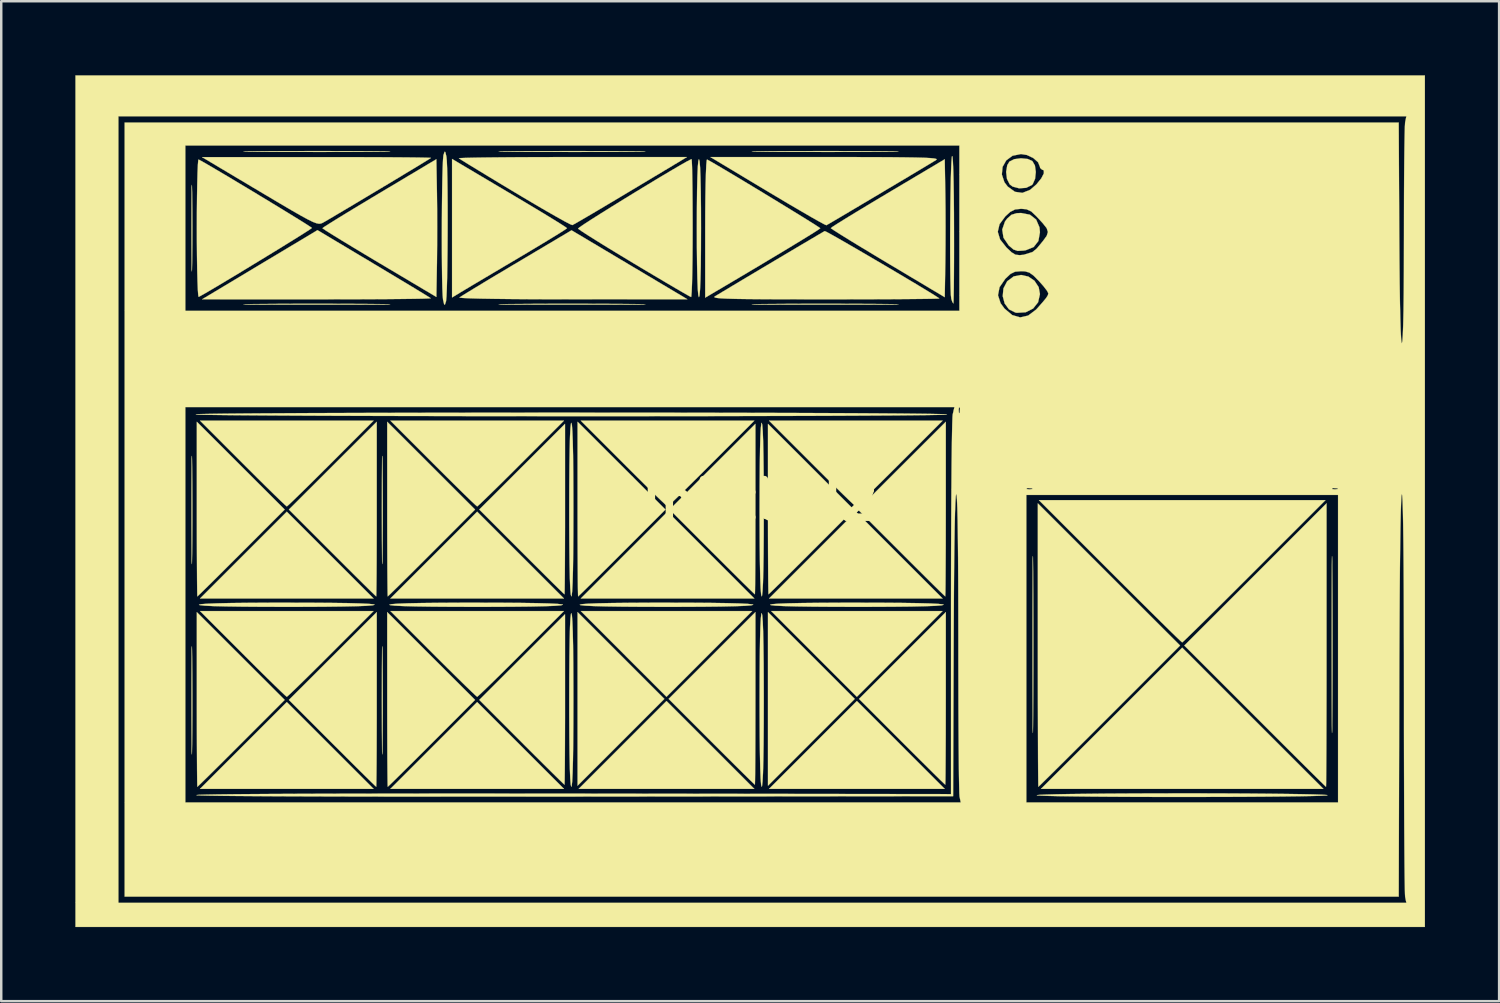
<source format=kicad_pcb>
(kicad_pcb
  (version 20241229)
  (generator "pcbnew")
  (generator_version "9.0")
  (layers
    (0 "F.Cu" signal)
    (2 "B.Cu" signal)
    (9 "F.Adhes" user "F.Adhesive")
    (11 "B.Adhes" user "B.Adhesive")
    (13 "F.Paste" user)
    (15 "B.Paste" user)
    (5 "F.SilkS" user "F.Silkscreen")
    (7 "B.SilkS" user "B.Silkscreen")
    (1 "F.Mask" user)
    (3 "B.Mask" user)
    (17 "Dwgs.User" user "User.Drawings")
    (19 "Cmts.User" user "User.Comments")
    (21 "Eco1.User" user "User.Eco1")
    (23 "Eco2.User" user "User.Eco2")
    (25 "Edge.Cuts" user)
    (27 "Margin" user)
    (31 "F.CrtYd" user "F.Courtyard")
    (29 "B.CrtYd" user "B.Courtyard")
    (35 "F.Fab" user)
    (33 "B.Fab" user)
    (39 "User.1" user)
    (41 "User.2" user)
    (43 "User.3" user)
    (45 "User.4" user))
  (footprint "Untitled2"
    (layer "F.Cu")
    (at 27.268 17.192)
    (property "Reference" "Untitled2" (at 0 0 0) (layer "F.SilkS") (effects (font (size 1.524 1.524) (thickness 0.3))))
    (attr through_hole)
    (fp_poly (pts (xy -15.198 3.979) (xy -22.224 3.979) (xy -20.468 2.223) (xy -18.711 0.466) (xy -15.198 3.979)) (stroke (width 0.01) (type solid)) (fill yes) (layer "F.SilkS"))
    (fp_poly (pts (xy -9.25 9.927) (xy -7.494 11.684) (xy -14.52 11.684) (xy -11.007 8.171) (xy -9.25 9.927)) (stroke (width 0.01) (type solid)) (fill yes) (layer "F.SilkS"))
    (fp_poly (pts (xy -7.494 3.979) (xy -14.52 3.979) (xy -12.763 2.223) (xy -11.007 0.466) (xy -7.494 3.979)) (stroke (width 0.01) (type solid)) (fill yes) (layer "F.SilkS"))
    (fp_poly (pts (xy -3.43 8.043) (xy -5.186 9.8) (xy -6.943 11.556) (xy -6.943 4.53) (xy -3.43 8.043)) (stroke (width 0.01) (type solid)) (fill yes) (layer "F.SilkS"))
    (fp_poly (pts (xy -1.545 2.223) (xy 0.211 3.979) (xy -6.815 3.979) (xy -3.302 0.466) (xy -1.545 2.223)) (stroke (width 0.01) (type solid)) (fill yes) (layer "F.SilkS"))
    (fp_poly (pts (xy 6.075 2.223) (xy 7.831 3.979) (xy 0.805 3.979) (xy 4.318 0.466) (xy 6.075 2.223)) (stroke (width 0.01) (type solid)) (fill yes) (layer "F.SilkS"))
    (fp_poly (pts (xy -16.955 9.927) (xy -15.198 11.684) (xy -22.224 11.684) (xy -20.468 9.927) (xy -18.711 8.171) (xy -16.955 9.927)) (stroke (width 0.01) (type solid)) (fill yes) (layer "F.SilkS"))
    (fp_poly (pts (xy 2.519 6.287) (xy 4.275 8.043) (xy 2.519 9.8) (xy 0.762 11.556) (xy 0.762 4.53) (xy 2.519 6.287)) (stroke (width 0.01) (type solid)) (fill yes) (layer "F.SilkS"))
    (fp_poly (pts (xy 20.383 8.827) (xy 23.241 11.684) (xy 11.811 11.684) (xy 14.669 8.827) (xy 17.526 5.969) (xy 20.383 8.827)) (stroke (width 0.01) (type solid)) (fill yes) (layer "F.SilkS"))
    (fp_poly (pts (xy -16.933 -1.482) (xy -17.377 -1.039) (xy -17.782 -0.638) (xy -18.132 -0.294) (xy -18.413 -0.021) (xy -18.609 0.166) (xy -18.705 0.25) (xy -18.711 0.254) (xy -18.78 0.196) (xy -18.953 0.034) (xy -19.214 -0.219) (xy -19.549 -0.547) (xy -19.942 -0.936) (xy -20.377 -1.37) (xy -20.489 -1.482) (xy -22.223 -3.217) (xy -15.199 -3.217) (xy -16.933 -1.482)) (stroke (width 0.01) (type solid)) (fill yes) (layer "F.SilkS"))
    (fp_poly (pts (xy -16.933 6.223) (xy -17.377 6.666) (xy -17.782 7.067) (xy -18.132 7.411) (xy -18.413 7.684) (xy -18.609 7.87) (xy -18.705 7.955) (xy -18.711 7.959) (xy -18.78 7.901) (xy -18.953 7.738) (xy -19.214 7.485) (xy -19.549 7.157) (xy -19.942 6.769) (xy -20.377 6.335) (xy -20.489 6.223) (xy -22.223 4.487) (xy -15.199 4.487) (xy -16.933 6.223)) (stroke (width 0.01) (type solid)) (fill yes) (layer "F.SilkS"))
    (fp_poly (pts (xy -9.229 -1.482) (xy -9.672 -1.039) (xy -10.077 -0.638) (xy -10.428 -0.294) (xy -10.709 -0.021) (xy -10.905 0.166) (xy -11 0.25) (xy -11.007 0.254) (xy -11.075 0.196) (xy -11.248 0.034) (xy -11.51 -0.219) (xy -11.844 -0.547) (xy -12.237 -0.936) (xy -12.673 -1.37) (xy -12.785 -1.482) (xy -14.519 -3.217) (xy -7.495 -3.217) (xy -9.229 -1.482)) (stroke (width 0.01) (type solid)) (fill yes) (layer "F.SilkS"))
    (fp_poly (pts (xy -9.229 6.223) (xy -9.672 6.666) (xy -10.077 7.067) (xy -10.428 7.411) (xy -10.709 7.684) (xy -10.905 7.87) (xy -11 7.955) (xy -11.007 7.959) (xy -11.075 7.901) (xy -11.248 7.738) (xy -11.51 7.485) (xy -11.844 7.157) (xy -12.237 6.769) (xy -12.673 6.335) (xy -12.785 6.223) (xy -14.519 4.487) (xy -7.495 4.487) (xy -9.229 6.223)) (stroke (width 0.01) (type solid)) (fill yes) (layer "F.SilkS"))
    (fp_poly (pts (xy -3.287 8.185) (xy -3.124 8.348) (xy -2.871 8.601) (xy -2.542 8.929) (xy -2.153 9.319) (xy -1.718 9.754) (xy -1.566 9.906) (xy 0.21 11.684) (xy -6.899 11.684) (xy -5.122 9.906) (xy -4.675 9.458) (xy -4.269 9.052) (xy -3.919 8.702) (xy -3.639 8.422) (xy -3.445 8.228) (xy -3.351 8.134) (xy -3.344 8.128) (xy -3.287 8.185)) (stroke (width 0.01) (type solid)) (fill yes) (layer "F.SilkS"))
    (fp_poly (pts (xy -1.609 6.223) (xy -2.05 6.665) (xy -2.451 7.066) (xy -2.795 7.41) (xy -3.068 7.683) (xy -3.255 7.869) (xy -3.34 7.955) (xy -3.344 7.959) (xy -3.402 7.901) (xy -3.565 7.739) (xy -3.817 7.487) (xy -4.144 7.159) (xy -4.532 6.772) (xy -4.965 6.339) (xy -5.08 6.223) (xy -6.814 4.487) (xy 0.125 4.487) (xy -1.609 6.223)) (stroke (width 0.01) (type solid)) (fill yes) (layer "F.SilkS"))
    (fp_poly (pts (xy -1.524 -1.482) (xy -1.968 -1.039) (xy -2.373 -0.638) (xy -2.723 -0.294) (xy -3.004 -0.021) (xy -3.2 0.166) (xy -3.296 0.25) (xy -3.302 0.254) (xy -3.371 0.196) (xy -3.543 0.034) (xy -3.805 -0.219) (xy -4.14 -0.547) (xy -4.533 -0.936) (xy -4.968 -1.37) (xy -5.08 -1.482) (xy -6.814 -3.217) (xy 0.21 -3.217) (xy -1.524 -1.482)) (stroke (width 0.01) (type solid)) (fill yes) (layer "F.SilkS"))
    (fp_poly (pts (xy 4.418 8.185) (xy 4.581 8.348) (xy 4.834 8.601) (xy 5.162 8.929) (xy 5.552 9.319) (xy 5.987 9.754) (xy 6.138 9.906) (xy 7.915 11.684) (xy 0.806 11.684) (xy 2.582 9.906) (xy 3.03 9.458) (xy 3.436 9.052) (xy 3.786 8.702) (xy 4.066 8.422) (xy 4.26 8.228) (xy 4.354 8.134) (xy 4.36 8.128) (xy 4.418 8.185)) (stroke (width 0.01) (type solid)) (fill yes) (layer "F.SilkS"))
    (fp_poly (pts (xy 6.096 -1.482) (xy 5.652 -1.039) (xy 5.247 -0.638) (xy 4.897 -0.294) (xy 4.616 -0.021) (xy 4.42 0.166) (xy 4.324 0.25) (xy 4.318 0.254) (xy 4.249 0.196) (xy 4.077 0.034) (xy 3.815 -0.219) (xy 3.48 -0.547) (xy 3.087 -0.936) (xy 2.652 -1.37) (xy 2.54 -1.482) (xy 0.806 -3.217) (xy 7.83 -3.217) (xy 6.096 -1.482)) (stroke (width 0.01) (type solid)) (fill yes) (layer "F.SilkS"))
    (fp_poly (pts (xy 6.096 6.223) (xy 5.654 6.665) (xy 5.254 7.066) (xy 4.91 7.41) (xy 4.637 7.683) (xy 4.45 7.869) (xy 4.364 7.955) (xy 4.36 7.959) (xy 4.303 7.901) (xy 4.14 7.739) (xy 3.888 7.487) (xy 3.56 7.159) (xy 3.173 6.772) (xy 2.74 6.339) (xy 2.625 6.223) (xy 0.891 4.487) (xy 7.83 4.487) (xy 6.096 6.223)) (stroke (width 0.01) (type solid)) (fill yes) (layer "F.SilkS"))
    (fp_poly (pts (xy 11.277 -13.808) (xy 11.462 -13.725) (xy 11.566 -13.545) (xy 11.602 -13.281) (xy 11.572 -13.006) (xy 11.477 -12.79) (xy 11.444 -12.755) (xy 11.213 -12.641) (xy 10.927 -12.621) (xy 10.663 -12.692) (xy 10.546 -12.78) (xy 10.435 -13.001) (xy 10.401 -13.285) (xy 10.446 -13.555) (xy 10.534 -13.703) (xy 10.728 -13.8) (xy 11.002 -13.836) (xy 11.277 -13.808)) (stroke (width 0.01) (type solid)) (fill yes) (layer "F.SilkS"))
    (fp_poly (pts (xy 11.298 -9.05) (xy 11.548 -8.88) (xy 11.718 -8.62) (xy 11.769 -8.34) (xy 11.694 -8.008) (xy 11.492 -7.755) (xy 11.195 -7.605) (xy 10.838 -7.583) (xy 10.776 -7.593) (xy 10.517 -7.722) (xy 10.342 -7.958) (xy 10.263 -8.256) (xy 10.292 -8.57) (xy 10.44 -8.854) (xy 10.447 -8.862) (xy 10.708 -9.056) (xy 11.005 -9.114) (xy 11.298 -9.05)) (stroke (width 0.01) (type solid)) (fill yes) (layer "F.SilkS"))
    (fp_poly (pts (xy -7.451 8.065) (xy -7.451 8.811) (xy -7.453 9.501) (xy -7.455 10.118) (xy -7.458 10.645) (xy -7.462 11.062) (xy -7.466 11.353) (xy -7.471 11.5) (xy -7.473 11.515) (xy -7.536 11.457) (xy -7.703 11.295) (xy -7.96 11.042) (xy -8.29 10.715) (xy -8.679 10.328) (xy -9.112 9.896) (xy -9.208 9.799) (xy -10.922 8.084) (xy -7.451 4.616) (xy -7.451 8.065)) (stroke (width 0.01) (type solid)) (fill yes) (layer "F.SilkS"))
    (fp_poly (pts (xy -20.574 -1.397) (xy -18.796 0.38) (xy -20.552 2.137) (xy -20.998 2.582) (xy -21.403 2.986) (xy -21.753 3.334) (xy -22.034 3.61) (xy -22.229 3.8) (xy -22.323 3.89) (xy -22.33 3.895) (xy -22.335 3.813) (xy -22.339 3.579) (xy -22.343 3.212) (xy -22.346 2.727) (xy -22.349 2.144) (xy -22.351 1.478) (xy -22.352 0.749) (xy -22.352 0.361) (xy -22.352 -3.173) (xy -20.574 -1.397)) (stroke (width 0.01) (type solid)) (fill yes) (layer "F.SilkS"))
    (fp_poly (pts (xy -20.574 6.308) (xy -18.796 8.084) (xy -20.552 9.842) (xy -20.998 10.287) (xy -21.403 10.691) (xy -21.753 11.038) (xy -22.034 11.315) (xy -22.229 11.505) (xy -22.323 11.594) (xy -22.33 11.599) (xy -22.335 11.518) (xy -22.339 11.284) (xy -22.343 10.916) (xy -22.346 10.432) (xy -22.349 9.848) (xy -22.351 9.183) (xy -22.352 8.454) (xy -22.352 8.065) (xy -22.352 4.531) (xy -20.574 6.308)) (stroke (width 0.01) (type solid)) (fill yes) (layer "F.SilkS"))
    (fp_poly (pts (xy -15.071 0.361) (xy -15.071 1.116) (xy -15.073 1.816) (xy -15.075 2.443) (xy -15.078 2.98) (xy -15.082 3.409) (xy -15.086 3.712) (xy -15.09 3.873) (xy -15.093 3.895) (xy -15.156 3.837) (xy -15.323 3.675) (xy -15.58 3.422) (xy -15.912 3.093) (xy -16.303 2.704) (xy -16.738 2.269) (xy -16.871 2.137) (xy -18.627 0.38) (xy -16.849 -1.397) (xy -15.071 -3.173) (xy -15.071 0.361)) (stroke (width 0.01) (type solid)) (fill yes) (layer "F.SilkS"))
    (fp_poly (pts (xy -15.071 8.065) (xy -15.071 8.82) (xy -15.073 9.52) (xy -15.075 10.147) (xy -15.078 10.684) (xy -15.082 11.113) (xy -15.086 11.417) (xy -15.09 11.578) (xy -15.093 11.599) (xy -15.156 11.542) (xy -15.323 11.379) (xy -15.58 11.126) (xy -15.912 10.798) (xy -16.303 10.409) (xy -16.738 9.974) (xy -16.871 9.842) (xy -18.627 8.084) (xy -16.849 6.308) (xy -15.071 4.531) (xy -15.071 8.065)) (stroke (width 0.01) (type solid)) (fill yes) (layer "F.SilkS"))
    (fp_poly (pts (xy -12.869 -1.397) (xy -11.091 0.38) (xy -12.847 2.137) (xy -13.293 2.582) (xy -13.698 2.986) (xy -14.049 3.334) (xy -14.329 3.61) (xy -14.524 3.8) (xy -14.619 3.89) (xy -14.625 3.895) (xy -14.63 3.813) (xy -14.634 3.579) (xy -14.638 3.212) (xy -14.642 2.727) (xy -14.644 2.144) (xy -14.646 1.478) (xy -14.647 0.749) (xy -14.647 0.361) (xy -14.647 -3.173) (xy -12.869 -1.397)) (stroke (width 0.01) (type solid)) (fill yes) (layer "F.SilkS"))
    (fp_poly (pts (xy -12.869 6.308) (xy -11.091 8.084) (xy -12.847 9.842) (xy -13.293 10.287) (xy -13.698 10.691) (xy -14.049 11.038) (xy -14.329 11.315) (xy -14.524 11.505) (xy -14.619 11.594) (xy -14.625 11.599) (xy -14.63 11.518) (xy -14.634 11.284) (xy -14.638 10.916) (xy -14.642 10.432) (xy -14.644 9.848) (xy -14.646 9.183) (xy -14.647 8.454) (xy -14.647 8.065) (xy -14.647 4.531) (xy -12.869 6.308)) (stroke (width 0.01) (type solid)) (fill yes) (layer "F.SilkS"))
    (fp_poly (pts (xy -7.451 0.361) (xy -7.451 1.106) (xy -7.453 1.797) (xy -7.455 2.414) (xy -7.458 2.94) (xy -7.462 3.357) (xy -7.466 3.649) (xy -7.471 3.796) (xy -7.473 3.81) (xy -7.536 3.753) (xy -7.703 3.59) (xy -7.96 3.338) (xy -8.29 3.01) (xy -8.679 2.623) (xy -9.112 2.191) (xy -9.208 2.095) (xy -10.922 0.379) (xy -9.186 -1.355) (xy -7.451 -3.089) (xy -7.451 0.361)) (stroke (width 0.01) (type solid)) (fill yes) (layer "F.SilkS"))
    (fp_poly (pts (xy -5.165 -1.397) (xy -3.387 0.38) (xy -5.143 2.137) (xy -5.588 2.582) (xy -5.994 2.986) (xy -6.344 3.334) (xy -6.624 3.61) (xy -6.819 3.8) (xy -6.914 3.89) (xy -6.921 3.895) (xy -6.925 3.813) (xy -6.93 3.579) (xy -6.934 3.212) (xy -6.937 2.727) (xy -6.94 2.144) (xy -6.942 1.478) (xy -6.943 0.749) (xy -6.943 0.361) (xy -6.943 -3.173) (xy -5.165 -1.397)) (stroke (width 0.01) (type solid)) (fill yes) (layer "F.SilkS"))
    (fp_poly (pts (xy 0.254 0.361) (xy 0.253 1.106) (xy 0.252 1.797) (xy 0.25 2.414) (xy 0.247 2.94) (xy 0.243 3.357) (xy 0.239 3.649) (xy 0.234 3.796) (xy 0.232 3.81) (xy 0.169 3.753) (xy 0.002 3.59) (xy -0.255 3.338) (xy -0.585 3.01) (xy -0.974 2.623) (xy -1.407 2.191) (xy -1.504 2.095) (xy -3.217 0.379) (xy -1.482 -1.355) (xy 0.254 -3.089) (xy 0.254 0.361)) (stroke (width 0.01) (type solid)) (fill yes) (layer "F.SilkS"))
    (fp_poly (pts (xy 0.254 8.022) (xy 0.253 8.773) (xy 0.252 9.468) (xy 0.25 10.09) (xy 0.247 10.622) (xy 0.243 11.045) (xy 0.239 11.343) (xy 0.234 11.497) (xy 0.232 11.515) (xy 0.169 11.457) (xy 0.002 11.295) (xy -0.255 11.042) (xy -0.586 10.714) (xy -0.976 10.326) (xy -1.41 9.893) (xy -1.524 9.779) (xy -3.259 8.043) (xy -1.502 6.286) (xy 0.254 4.53) (xy 0.254 8.022)) (stroke (width 0.01) (type solid)) (fill yes) (layer "F.SilkS"))
    (fp_poly (pts (xy 2.498 -1.355) (xy 4.233 0.379) (xy 2.52 2.095) (xy 2.08 2.534) (xy 1.68 2.932) (xy 1.336 3.274) (xy 1.062 3.543) (xy 0.874 3.726) (xy 0.788 3.807) (xy 0.784 3.81) (xy 0.779 3.728) (xy 0.775 3.495) (xy 0.771 3.128) (xy 0.768 2.645) (xy 0.765 2.063) (xy 0.763 1.401) (xy 0.762 0.677) (xy 0.762 0.361) (xy 0.762 -3.089) (xy 2.498 -1.355)) (stroke (width 0.01) (type solid)) (fill yes) (layer "F.SilkS"))
    (fp_poly (pts (xy 7.959 0.361) (xy 7.958 1.116) (xy 7.957 1.816) (xy 7.954 2.443) (xy 7.951 2.98) (xy 7.948 3.409) (xy 7.944 3.712) (xy 7.939 3.873) (xy 7.937 3.895) (xy 7.874 3.837) (xy 7.706 3.675) (xy 7.449 3.422) (xy 7.118 3.093) (xy 6.727 2.704) (xy 6.291 2.269) (xy 6.159 2.137) (xy 4.403 0.38) (xy 6.181 -1.397) (xy 7.959 -3.173) (xy 7.959 0.361)) (stroke (width 0.01) (type solid)) (fill yes) (layer "F.SilkS"))
    (fp_poly (pts (xy 7.959 8.022) (xy 7.958 8.773) (xy 7.957 9.468) (xy 7.954 10.09) (xy 7.951 10.622) (xy 7.948 11.045) (xy 7.944 11.343) (xy 7.939 11.497) (xy 7.937 11.515) (xy 7.874 11.457) (xy 7.706 11.295) (xy 7.449 11.042) (xy 7.119 10.714) (xy 6.728 10.326) (xy 6.294 9.893) (xy 6.18 9.779) (xy 4.446 8.043) (xy 6.202 6.286) (xy 7.959 4.53) (xy 7.959 8.022)) (stroke (width 0.01) (type solid)) (fill yes) (layer "F.SilkS"))
    (fp_poly (pts (xy 11.364 -11.553) (xy 11.616 -11.356) (xy 11.75 -11.043) (xy 11.769 -10.842) (xy 11.706 -10.488) (xy 11.518 -10.247) (xy 11.2 -10.116) (xy 11.116 -10.102) (xy 10.87 -10.087) (xy 10.697 -10.145) (xy 10.509 -10.306) (xy 10.503 -10.312) (xy 10.294 -10.621) (xy 10.243 -10.952) (xy 10.354 -11.276) (xy 10.441 -11.394) (xy 10.616 -11.55) (xy 10.829 -11.614) (xy 11.007 -11.622) (xy 11.364 -11.553)) (stroke (width 0.01) (type solid)) (fill yes) (layer "F.SilkS"))
    (fp_poly (pts (xy -15.2 -9.572) (xy -14.639 -9.236) (xy -14.126 -8.928) (xy -13.678 -8.659) (xy -13.314 -8.438) (xy -13.051 -8.277) (xy -12.907 -8.187) (xy -12.885 -8.172) (xy -12.959 -8.164) (xy -13.187 -8.156) (xy -13.554 -8.149) (xy -14.045 -8.143) (xy -14.645 -8.137) (xy -15.339 -8.133) (xy -16.111 -8.13) (xy -16.948 -8.129) (xy -17.491 -8.128) (xy -22.14 -8.129) (xy -19.805 -9.528) (xy -17.47 -10.928) (xy -15.2 -9.572)) (stroke (width 0.01) (type solid)) (fill yes) (layer "F.SilkS"))
    (fp_poly (pts (xy -4.843 -9.526) (xy -2.498 -8.13) (xy -7.15 -8.129) (xy -8.069 -8.13) (xy -8.914 -8.134) (xy -9.672 -8.14) (xy -10.331 -8.148) (xy -10.878 -8.157) (xy -11.299 -8.169) (xy -11.582 -8.182) (xy -11.715 -8.196) (xy -11.722 -8.202) (xy -11.632 -8.263) (xy -11.414 -8.398) (xy -11.087 -8.597) (xy -10.671 -8.849) (xy -10.182 -9.142) (xy -9.64 -9.465) (xy -9.415 -9.599) (xy -7.188 -10.922) (xy -4.843 -9.526)) (stroke (width 0.01) (type solid)) (fill yes) (layer "F.SilkS"))
    (fp_poly (pts (xy -22.549 -12.686) (xy -22.543 -12.453) (xy -22.543 -12.425) (xy -22.535 -11.796) (xy -22.532 -11.078) (xy -22.534 -10.353) (xy -22.541 -9.7) (xy -22.543 -9.588) (xy -22.548 -9.342) (xy -22.554 -9.256) (xy -22.558 -9.323) (xy -22.562 -9.534) (xy -22.565 -9.88) (xy -22.567 -10.355) (xy -22.568 -10.949) (xy -22.568 -11.007) (xy -22.567 -11.61) (xy -22.566 -12.096) (xy -22.563 -12.454) (xy -22.559 -12.678) (xy -22.554 -12.758) (xy -22.549 -12.686)) (stroke (width 0.01) (type solid)) (fill yes) (layer "F.SilkS"))
    (fp_poly (pts (xy -22.547 -1.649) (xy -22.543 -1.37) (xy -22.536 -0.674) (xy -22.533 0.113) (xy -22.533 0.923) (xy -22.537 1.686) (xy -22.543 2.186) (xy -22.548 2.467) (xy -22.552 2.586) (xy -22.556 2.551) (xy -22.56 2.369) (xy -22.563 2.049) (xy -22.565 1.597) (xy -22.567 1.022) (xy -22.567 0.381) (xy -22.567 -0.301) (xy -22.565 -0.864) (xy -22.563 -1.302) (xy -22.56 -1.607) (xy -22.556 -1.771) (xy -22.552 -1.788) (xy -22.547 -1.649)) (stroke (width 0.01) (type solid)) (fill yes) (layer "F.SilkS"))
    (fp_poly (pts (xy -22.547 6.055) (xy -22.543 6.335) (xy -22.536 7.03) (xy -22.533 7.818) (xy -22.533 8.628) (xy -22.537 9.391) (xy -22.543 9.891) (xy -22.548 10.171) (xy -22.552 10.291) (xy -22.556 10.256) (xy -22.56 10.074) (xy -22.563 9.754) (xy -22.565 9.302) (xy -22.567 8.726) (xy -22.567 8.086) (xy -22.567 7.404) (xy -22.565 6.84) (xy -22.563 6.402) (xy -22.56 6.098) (xy -22.556 5.933) (xy -22.552 5.917) (xy -22.547 6.055)) (stroke (width 0.01) (type solid)) (fill yes) (layer "F.SilkS"))
    (fp_poly (pts (xy -14.843 -1.649) (xy -14.838 -1.37) (xy -14.831 -0.674) (xy -14.828 0.113) (xy -14.828 0.923) (xy -14.833 1.686) (xy -14.838 2.186) (xy -14.843 2.467) (xy -14.848 2.586) (xy -14.852 2.551) (xy -14.855 2.369) (xy -14.858 2.049) (xy -14.861 1.597) (xy -14.862 1.022) (xy -14.863 0.381) (xy -14.862 -0.301) (xy -14.861 -0.864) (xy -14.858 -1.302) (xy -14.855 -1.607) (xy -14.852 -1.771) (xy -14.847 -1.788) (xy -14.843 -1.649)) (stroke (width 0.01) (type solid)) (fill yes) (layer "F.SilkS"))
    (fp_poly (pts (xy -14.843 6.055) (xy -14.838 6.335) (xy -14.831 7.03) (xy -14.828 7.818) (xy -14.828 8.628) (xy -14.833 9.391) (xy -14.838 9.891) (xy -14.843 10.171) (xy -14.848 10.291) (xy -14.852 10.256) (xy -14.855 10.074) (xy -14.858 9.754) (xy -14.861 9.302) (xy -14.862 8.726) (xy -14.863 8.086) (xy -14.862 7.404) (xy -14.861 6.84) (xy -14.858 6.402) (xy -14.855 6.098) (xy -14.852 5.933) (xy -14.847 5.917) (xy -14.843 6.055)) (stroke (width 0.01) (type solid)) (fill yes) (layer "F.SilkS"))
    (fp_poly (pts (xy 20.447 2.879) (xy 19.871 3.453) (xy 19.333 3.99) (xy 18.842 4.477) (xy 18.412 4.902) (xy 18.053 5.254) (xy 17.778 5.522) (xy 17.599 5.694) (xy 17.527 5.757) (xy 17.526 5.757) (xy 17.459 5.699) (xy 17.285 5.533) (xy 17.014 5.27) (xy 16.66 4.921) (xy 16.233 4.499) (xy 15.745 4.015) (xy 15.208 3.481) (xy 14.634 2.908) (xy 14.605 2.879) (xy 11.727 0) (xy 23.325 0) (xy 20.447 2.879)) (stroke (width 0.01) (type solid)) (fill yes) (layer "F.SilkS"))
    (fp_poly (pts (xy 17.441 5.883) (xy 14.584 8.741) (xy 14.012 9.314) (xy 13.476 9.848) (xy 12.99 10.332) (xy 12.565 10.755) (xy 12.212 11.105) (xy 11.943 11.37) (xy 11.771 11.539) (xy 11.706 11.599) (xy 11.706 11.599) (xy 11.702 11.517) (xy 11.699 11.279) (xy 11.695 10.899) (xy 11.692 10.392) (xy 11.69 9.77) (xy 11.688 9.047) (xy 11.686 8.238) (xy 11.685 7.356) (xy 11.684 6.415) (xy 11.684 5.864) (xy 11.684 0.128) (xy 17.441 5.883)) (stroke (width 0.01) (type solid)) (fill yes) (layer "F.SilkS"))
    (fp_poly (pts (xy 23.368 5.864) (xy 23.368 6.832) (xy 23.367 7.749) (xy 23.365 8.601) (xy 23.363 9.374) (xy 23.361 10.054) (xy 23.358 10.628) (xy 23.355 11.082) (xy 23.352 11.401) (xy 23.348 11.573) (xy 23.346 11.599) (xy 23.284 11.541) (xy 23.114 11.375) (xy 22.847 11.112) (xy 22.496 10.764) (xy 22.073 10.343) (xy 21.588 9.86) (xy 21.054 9.327) (xy 20.482 8.755) (xy 20.468 8.741) (xy 17.611 5.883) (xy 23.368 0.128) (xy 23.368 5.864)) (stroke (width 0.01) (type solid)) (fill yes) (layer "F.SilkS"))
    (fp_poly (pts (xy -12.634 -12.403) (xy -12.627 -11.779) (xy -12.625 -11.068) (xy -12.627 -10.351) (xy -12.633 -9.708) (xy -12.634 -9.616) (xy -12.658 -8.224) (xy -14.963 -9.594) (xy -15.526 -9.93) (xy -16.039 -10.239) (xy -16.486 -10.51) (xy -16.847 -10.732) (xy -17.107 -10.895) (xy -17.247 -10.989) (xy -17.268 -11.007) (xy -17.198 -11.059) (xy -16.999 -11.186) (xy -16.69 -11.379) (xy -16.287 -11.626) (xy -15.807 -11.917) (xy -15.269 -12.241) (xy -14.962 -12.424) (xy -12.658 -13.799) (xy -12.634 -12.403)) (stroke (width 0.01) (type solid)) (fill yes) (layer "F.SilkS"))
    (fp_poly (pts (xy 7.94 -12.402) (xy 7.947 -11.778) (xy 7.949 -11.066) (xy 7.947 -10.347) (xy 7.941 -9.702) (xy 7.94 -9.61) (xy 7.916 -8.214) (xy 5.612 -9.589) (xy 5.049 -9.927) (xy 4.535 -10.237) (xy 4.089 -10.509) (xy 3.727 -10.733) (xy 3.467 -10.897) (xy 3.325 -10.992) (xy 3.305 -11.01) (xy 3.374 -11.063) (xy 3.572 -11.191) (xy 3.881 -11.383) (xy 4.284 -11.63) (xy 4.764 -11.92) (xy 5.302 -12.243) (xy 5.609 -12.426) (xy 7.916 -13.797) (xy 7.94 -12.402)) (stroke (width 0.01) (type solid)) (fill yes) (layer "F.SilkS"))
    (fp_poly (pts (xy -2.006 -13.717) (xy -1.985 -13.469) (xy -1.969 -13.061) (xy -1.957 -12.499) (xy -1.949 -11.787) (xy -1.947 -11.007) (xy -1.95 -10.162) (xy -1.957 -9.462) (xy -1.97 -8.913) (xy -1.987 -8.518) (xy -2.008 -8.283) (xy -2.032 -8.213) (xy -2.058 -8.296) (xy -2.079 -8.545) (xy -2.095 -8.952) (xy -2.107 -9.515) (xy -2.115 -10.226) (xy -2.117 -11.007) (xy -2.114 -11.851) (xy -2.107 -12.551) (xy -2.094 -13.101) (xy -2.077 -13.495) (xy -2.056 -13.73) (xy -2.032 -13.801) (xy -2.006 -13.717)) (stroke (width 0.01) (type solid)) (fill yes) (layer "F.SilkS"))
    (fp_poly (pts (xy -16.359 -14.126) (xy -15.497 -14.121) (xy -15.098 -14.118) (xy -14.746 -14.114) (xy -14.558 -14.11) (xy -14.526 -14.106) (xy -14.644 -14.103) (xy -14.907 -14.1) (xy -15.307 -14.098) (xy -15.839 -14.096) (xy -16.495 -14.095) (xy -17.27 -14.094) (xy -17.484 -14.094) (xy -18.29 -14.095) (xy -18.98 -14.096) (xy -19.547 -14.097) (xy -19.986 -14.1) (xy -20.29 -14.102) (xy -20.452 -14.106) (xy -20.465 -14.109) (xy -20.324 -14.113) (xy -20.022 -14.117) (xy -19.924 -14.118) (xy -19.136 -14.124) (xy -18.239 -14.127) (xy -17.293 -14.128) (xy -16.359 -14.126)) (stroke (width 0.01) (type solid)) (fill yes) (layer "F.SilkS"))
    (fp_poly (pts (xy -16.359 -7.945) (xy -15.497 -7.941) (xy -15.098 -7.937) (xy -14.746 -7.933) (xy -14.558 -7.929) (xy -14.526 -7.926) (xy -14.644 -7.922) (xy -14.907 -7.92) (xy -15.307 -7.917) (xy -15.839 -7.915) (xy -16.495 -7.914) (xy -17.27 -7.914) (xy -17.484 -7.914) (xy -18.29 -7.914) (xy -18.98 -7.915) (xy -19.547 -7.917) (xy -19.986 -7.919) (xy -20.29 -7.922) (xy -20.452 -7.925) (xy -20.465 -7.928) (xy -20.324 -7.932) (xy -20.022 -7.936) (xy -19.924 -7.937) (xy -19.136 -7.943) (xy -18.239 -7.947) (xy -17.293 -7.947) (xy -16.359 -7.945)) (stroke (width 0.01) (type solid)) (fill yes) (layer "F.SilkS"))
    (fp_poly (pts (xy -6.03 -14.126) (xy -5.168 -14.121) (xy -4.769 -14.118) (xy -4.417 -14.114) (xy -4.228 -14.11) (xy -4.196 -14.106) (xy -4.315 -14.103) (xy -4.577 -14.1) (xy -4.978 -14.098) (xy -5.509 -14.096) (xy -6.166 -14.095) (xy -6.941 -14.094) (xy -7.154 -14.094) (xy -7.96 -14.095) (xy -8.65 -14.096) (xy -9.218 -14.097) (xy -9.657 -14.1) (xy -9.961 -14.102) (xy -10.123 -14.106) (xy -10.136 -14.109) (xy -9.995 -14.113) (xy -9.692 -14.117) (xy -9.595 -14.118) (xy -8.807 -14.124) (xy -7.91 -14.127) (xy -6.964 -14.128) (xy -6.03 -14.126)) (stroke (width 0.01) (type solid)) (fill yes) (layer "F.SilkS"))
    (fp_poly (pts (xy -6.03 -7.945) (xy -5.168 -7.941) (xy -4.769 -7.937) (xy -4.417 -7.933) (xy -4.228 -7.929) (xy -4.196 -7.926) (xy -4.315 -7.922) (xy -4.577 -7.92) (xy -4.978 -7.917) (xy -5.509 -7.915) (xy -6.166 -7.914) (xy -6.941 -7.914) (xy -7.154 -7.914) (xy -7.96 -7.914) (xy -8.65 -7.915) (xy -9.218 -7.917) (xy -9.657 -7.919) (xy -9.961 -7.922) (xy -10.123 -7.925) (xy -10.136 -7.928) (xy -9.995 -7.932) (xy -9.692 -7.936) (xy -9.595 -7.937) (xy -8.807 -7.943) (xy -7.91 -7.947) (xy -6.964 -7.947) (xy -6.03 -7.945)) (stroke (width 0.01) (type solid)) (fill yes) (layer "F.SilkS"))
    (fp_poly (pts (xy 4.215 -14.126) (xy 5.077 -14.121) (xy 5.476 -14.118) (xy 5.828 -14.114) (xy 6.016 -14.11) (xy 6.048 -14.106) (xy 5.93 -14.103) (xy 5.667 -14.1) (xy 5.267 -14.098) (xy 4.735 -14.096) (xy 4.079 -14.095) (xy 3.304 -14.094) (xy 3.09 -14.094) (xy 2.284 -14.095) (xy 1.594 -14.096) (xy 1.027 -14.097) (xy 0.588 -14.1) (xy 0.284 -14.102) (xy 0.122 -14.106) (xy 0.109 -14.109) (xy 0.25 -14.113) (xy 0.552 -14.117) (xy 0.65 -14.118) (xy 1.438 -14.124) (xy 2.335 -14.127) (xy 3.281 -14.128) (xy 4.215 -14.126)) (stroke (width 0.01) (type solid)) (fill yes) (layer "F.SilkS"))
    (fp_poly (pts (xy 4.215 -7.945) (xy 5.077 -7.941) (xy 5.476 -7.937) (xy 5.828 -7.933) (xy 6.016 -7.929) (xy 6.048 -7.926) (xy 5.93 -7.922) (xy 5.667 -7.92) (xy 5.267 -7.917) (xy 4.735 -7.915) (xy 4.079 -7.914) (xy 3.304 -7.914) (xy 3.09 -7.914) (xy 2.284 -7.914) (xy 1.594 -7.915) (xy 1.027 -7.917) (xy 0.588 -7.919) (xy 0.284 -7.922) (xy 0.122 -7.925) (xy 0.109 -7.928) (xy 0.25 -7.932) (xy 0.552 -7.936) (xy 0.65 -7.937) (xy 1.438 -7.943) (xy 2.335 -7.947) (xy 3.281 -7.947) (xy 4.215 -7.945)) (stroke (width 0.01) (type solid)) (fill yes) (layer "F.SilkS"))
    (fp_poly (pts (xy -17.738 4.151) (xy -16.915 4.157) (xy -16.245 4.166) (xy -15.732 4.18) (xy -15.379 4.197) (xy -15.189 4.218) (xy -15.155 4.233) (xy -15.239 4.256) (xy -15.489 4.276) (xy -15.902 4.292) (xy -16.473 4.304) (xy -17.199 4.313) (xy -18.077 4.317) (xy -18.711 4.318) (xy -19.684 4.316) (xy -20.507 4.31) (xy -21.177 4.3) (xy -21.691 4.287) (xy -22.044 4.269) (xy -22.233 4.248) (xy -22.267 4.233) (xy -22.183 4.21) (xy -21.933 4.191) (xy -21.521 4.175) (xy -20.95 4.162) (xy -20.224 4.154) (xy -19.345 4.149) (xy -18.711 4.149) (xy -17.738 4.151)) (stroke (width 0.01) (type solid)) (fill yes) (layer "F.SilkS"))
    (fp_poly (pts (xy -10.083 4.151) (xy -9.266 4.157) (xy -8.603 4.167) (xy -8.096 4.18) (xy -7.749 4.198) (xy -7.565 4.219) (xy -7.535 4.233) (xy -7.619 4.257) (xy -7.869 4.276) (xy -8.281 4.292) (xy -8.852 4.305) (xy -9.578 4.313) (xy -10.455 4.317) (xy -11.049 4.318) (xy -12.015 4.316) (xy -12.832 4.31) (xy -13.495 4.3) (xy -14.002 4.286) (xy -14.349 4.269) (xy -14.533 4.248) (xy -14.563 4.233) (xy -14.479 4.21) (xy -14.229 4.19) (xy -13.817 4.174) (xy -13.246 4.162) (xy -12.52 4.154) (xy -11.643 4.149) (xy -11.049 4.149) (xy -10.083 4.151)) (stroke (width 0.01) (type solid)) (fill yes) (layer "F.SilkS"))
    (fp_poly (pts (xy -7.173 -3.049) (xy -7.154 -2.799) (xy -7.138 -2.387) (xy -7.125 -1.816) (xy -7.117 -1.09) (xy -7.113 -0.213) (xy -7.112 0.381) (xy -7.114 1.347) (xy -7.12 2.164) (xy -7.13 2.827) (xy -7.144 3.334) (xy -7.161 3.681) (xy -7.182 3.865) (xy -7.197 3.895) (xy -7.22 3.811) (xy -7.24 3.561) (xy -7.256 3.149) (xy -7.268 2.578) (xy -7.276 1.852) (xy -7.281 0.975) (xy -7.281 0.381) (xy -7.279 -0.585) (xy -7.273 -1.402) (xy -7.263 -2.065) (xy -7.25 -2.572) (xy -7.232 -2.919) (xy -7.211 -3.103) (xy -7.197 -3.133) (xy -7.173 -3.049)) (stroke (width 0.01) (type solid)) (fill yes) (layer "F.SilkS"))
    (fp_poly (pts (xy -7.173 4.656) (xy -7.154 4.906) (xy -7.138 5.318) (xy -7.125 5.889) (xy -7.117 6.614) (xy -7.113 7.492) (xy -7.112 8.086) (xy -7.114 9.052) (xy -7.12 9.868) (xy -7.13 10.532) (xy -7.144 11.039) (xy -7.161 11.386) (xy -7.182 11.569) (xy -7.197 11.599) (xy -7.22 11.515) (xy -7.24 11.265) (xy -7.256 10.853) (xy -7.268 10.283) (xy -7.276 9.557) (xy -7.281 8.679) (xy -7.281 8.086) (xy -7.279 7.12) (xy -7.273 6.303) (xy -7.263 5.639) (xy -7.25 5.132) (xy -7.232 4.785) (xy -7.211 4.602) (xy -7.197 4.572) (xy -7.173 4.656)) (stroke (width 0.01) (type solid)) (fill yes) (layer "F.SilkS"))
    (fp_poly (pts (xy -2.378 4.151) (xy -1.562 4.157) (xy -0.898 4.167) (xy -0.391 4.18) (xy -0.044 4.198) (xy 0.139 4.219) (xy 0.169 4.233) (xy 0.085 4.257) (xy -0.165 4.276) (xy -0.577 4.292) (xy -1.147 4.305) (xy -1.873 4.313) (xy -2.751 4.317) (xy -3.344 4.318) (xy -4.31 4.316) (xy -5.127 4.31) (xy -5.791 4.3) (xy -6.298 4.286) (xy -6.645 4.269) (xy -6.828 4.248) (xy -6.858 4.233) (xy -6.774 4.21) (xy -6.524 4.19) (xy -6.112 4.174) (xy -5.541 4.162) (xy -4.816 4.154) (xy -3.938 4.149) (xy -3.344 4.149) (xy -2.378 4.151)) (stroke (width 0.01) (type solid)) (fill yes) (layer "F.SilkS"))
    (fp_poly (pts (xy 0.531 -3.049) (xy 0.551 -2.799) (xy 0.567 -2.387) (xy 0.579 -1.816) (xy 0.588 -1.09) (xy 0.592 -0.213) (xy 0.593 0.381) (xy 0.591 1.347) (xy 0.585 2.164) (xy 0.575 2.827) (xy 0.561 3.334) (xy 0.543 3.681) (xy 0.522 3.865) (xy 0.508 3.895) (xy 0.485 3.811) (xy 0.465 3.561) (xy 0.449 3.149) (xy 0.437 2.578) (xy 0.428 1.852) (xy 0.424 0.975) (xy 0.423 0.381) (xy 0.425 -0.585) (xy 0.431 -1.402) (xy 0.441 -2.065) (xy 0.455 -2.572) (xy 0.473 -2.919) (xy 0.494 -3.103) (xy 0.508 -3.133) (xy 0.531 -3.049)) (stroke (width 0.01) (type solid)) (fill yes) (layer "F.SilkS"))
    (fp_poly (pts (xy 0.531 4.656) (xy 0.551 4.906) (xy 0.567 5.318) (xy 0.579 5.889) (xy 0.588 6.614) (xy 0.592 7.492) (xy 0.593 8.086) (xy 0.591 9.052) (xy 0.585 9.868) (xy 0.575 10.532) (xy 0.561 11.039) (xy 0.543 11.386) (xy 0.522 11.569) (xy 0.508 11.599) (xy 0.485 11.515) (xy 0.465 11.265) (xy 0.449 10.853) (xy 0.437 10.283) (xy 0.428 9.557) (xy 0.424 8.679) (xy 0.423 8.086) (xy 0.425 7.12) (xy 0.431 6.303) (xy 0.441 5.639) (xy 0.455 5.132) (xy 0.473 4.785) (xy 0.494 4.602) (xy 0.508 4.572) (xy 0.531 4.656)) (stroke (width 0.01) (type solid)) (fill yes) (layer "F.SilkS"))
    (fp_poly (pts (xy 5.326 4.151) (xy 6.143 4.157) (xy 6.807 4.167) (xy 7.314 4.18) (xy 7.661 4.198) (xy 7.844 4.219) (xy 7.874 4.233) (xy 7.79 4.257) (xy 7.54 4.276) (xy 7.128 4.292) (xy 6.557 4.305) (xy 5.832 4.313) (xy 4.954 4.317) (xy 4.36 4.318) (xy 3.394 4.316) (xy 2.578 4.31) (xy 1.914 4.3) (xy 1.407 4.286) (xy 1.06 4.269) (xy 0.877 4.248) (xy 0.847 4.233) (xy 0.931 4.21) (xy 1.181 4.19) (xy 1.593 4.174) (xy 2.163 4.162) (xy 2.889 4.154) (xy 3.767 4.149) (xy 4.36 4.149) (xy 5.326 4.151)) (stroke (width 0.01) (type solid)) (fill yes) (layer "F.SilkS"))
    (fp_poly (pts (xy 11.486 2.311) (xy 11.489 2.514) (xy 11.493 2.879) (xy 11.493 2.942) (xy 11.499 3.815) (xy 11.502 4.801) (xy 11.503 5.844) (xy 11.502 6.886) (xy 11.499 7.871) (xy 11.493 8.742) (xy 11.49 9.13) (xy 11.486 9.355) (xy 11.483 9.422) (xy 11.48 9.338) (xy 11.477 9.107) (xy 11.475 8.736) (xy 11.473 8.232) (xy 11.471 7.598) (xy 11.47 6.842) (xy 11.47 5.97) (xy 11.47 5.842) (xy 11.47 4.954) (xy 11.471 4.182) (xy 11.473 3.531) (xy 11.474 3.009) (xy 11.477 2.619) (xy 11.479 2.369) (xy 11.482 2.265) (xy 11.486 2.311)) (stroke (width 0.01) (type solid)) (fill yes) (layer "F.SilkS"))
    (fp_poly (pts (xy 23.593 2.311) (xy 23.597 2.514) (xy 23.6 2.879) (xy 23.601 2.942) (xy 23.606 3.815) (xy 23.609 4.801) (xy 23.61 5.844) (xy 23.609 6.886) (xy 23.606 7.871) (xy 23.601 8.742) (xy 23.597 9.13) (xy 23.594 9.355) (xy 23.59 9.422) (xy 23.587 9.338) (xy 23.584 9.107) (xy 23.582 8.736) (xy 23.58 8.232) (xy 23.579 7.598) (xy 23.578 6.842) (xy 23.577 5.97) (xy 23.577 5.842) (xy 23.578 4.954) (xy 23.579 4.182) (xy 23.58 3.531) (xy 23.582 3.009) (xy 23.584 2.619) (xy 23.587 2.369) (xy 23.59 2.265) (xy 23.593 2.311)) (stroke (width 0.01) (type solid)) (fill yes) (layer "F.SilkS"))
    (fp_poly (pts (xy -11.663 -13.595) (xy -11.494 -13.495) (xy -11.202 -13.322) (xy -10.812 -13.09) (xy -10.348 -12.815) (xy -9.832 -12.509) (xy -9.336 -12.215) (xy -8.817 -11.906) (xy -8.35 -11.625) (xy -7.953 -11.382) (xy -7.645 -11.191) (xy -7.444 -11.062) (xy -7.37 -11.007) (xy -7.37 -11.007) (xy -7.44 -10.954) (xy -7.638 -10.827) (xy -7.944 -10.638) (xy -8.339 -10.398) (xy -8.805 -10.118) (xy -9.322 -9.81) (xy -9.337 -9.801) (xy -9.879 -9.481) (xy -10.391 -9.177) (xy -10.85 -8.905) (xy -11.233 -8.678) (xy -11.514 -8.51) (xy -11.663 -8.421) (xy -12.023 -8.203) (xy -12.023 -13.81) (xy -11.663 -13.595)) (stroke (width 0.01) (type solid)) (fill yes) (layer "F.SilkS"))
    (fp_poly (pts (xy 8.231 -13.889) (xy 8.247 -13.695) (xy 8.262 -13.358) (xy 8.274 -12.894) (xy 8.283 -12.315) (xy 8.289 -11.636) (xy 8.291 -11.028) (xy 8.292 -10.326) (xy 8.291 -9.68) (xy 8.288 -9.11) (xy 8.284 -8.634) (xy 8.278 -8.271) (xy 8.272 -8.039) (xy 8.265 -7.959) (xy 8.221 -8.029) (xy 8.181 -8.149) (xy 8.165 -8.294) (xy 8.153 -8.58) (xy 8.144 -8.981) (xy 8.138 -9.474) (xy 8.135 -10.033) (xy 8.135 -10.633) (xy 8.138 -11.249) (xy 8.143 -11.857) (xy 8.151 -12.431) (xy 8.161 -12.946) (xy 8.174 -13.378) (xy 8.188 -13.702) (xy 8.205 -13.892) (xy 8.213 -13.928) (xy 8.231 -13.889)) (stroke (width 0.01) (type solid)) (fill yes) (layer "F.SilkS"))
    (fp_poly (pts (xy -4.794 -12.521) (xy -5.357 -12.185) (xy -5.874 -11.877) (xy -6.328 -11.608) (xy -6.701 -11.39) (xy -6.973 -11.232) (xy -7.128 -11.146) (xy -7.154 -11.133) (xy -7.245 -11.169) (xy -7.463 -11.282) (xy -7.788 -11.463) (xy -8.203 -11.7) (xy -8.689 -11.984) (xy -9.229 -12.304) (xy -9.468 -12.447) (xy -10.024 -12.781) (xy -10.532 -13.088) (xy -10.974 -13.357) (xy -11.334 -13.576) (xy -11.591 -13.735) (xy -11.729 -13.823) (xy -11.747 -13.836) (xy -11.675 -13.845) (xy -11.448 -13.854) (xy -11.082 -13.862) (xy -10.592 -13.869) (xy -9.993 -13.875) (xy -9.3 -13.88) (xy -8.528 -13.883) (xy -7.693 -13.885) (xy -7.158 -13.885) (xy -2.519 -13.885) (xy -4.794 -12.521)) (stroke (width 0.01) (type solid)) (fill yes) (layer "F.SilkS"))
    (fp_poly (pts (xy -1.598 -13.73) (xy -1.372 -13.6) (xy -1.05 -13.41) (xy -0.651 -13.173) (xy -0.198 -12.901) (xy 0.289 -12.607) (xy 0.788 -12.304) (xy 1.278 -12.005) (xy 1.739 -11.723) (xy 2.149 -11.471) (xy 2.487 -11.26) (xy 2.732 -11.105) (xy 2.863 -11.018) (xy 2.879 -11.004) (xy 2.808 -10.951) (xy 2.605 -10.82) (xy 2.283 -10.62) (xy 1.855 -10.359) (xy 1.337 -10.045) (xy 0.74 -9.688) (xy 0.08 -9.294) (xy -0.632 -8.872) (xy -1.38 -8.43) (xy -1.46 -8.383) (xy -1.778 -8.196) (xy -1.778 -11.005) (xy -1.776 -11.674) (xy -1.77 -12.285) (xy -1.761 -12.817) (xy -1.748 -13.252) (xy -1.734 -13.569) (xy -1.717 -13.751) (xy -1.705 -13.787) (xy -1.598 -13.73)) (stroke (width 0.01) (type solid)) (fill yes) (layer "F.SilkS"))
    (fp_poly (pts (xy 4.108 -13.885) (xy 4.97 -13.883) (xy 5.687 -13.88) (xy 6.269 -13.874) (xy 6.728 -13.867) (xy 7.076 -13.858) (xy 7.325 -13.845) (xy 7.486 -13.83) (xy 7.571 -13.811) (xy 7.591 -13.789) (xy 7.575 -13.772) (xy 7.476 -13.711) (xy 7.254 -13.577) (xy 6.931 -13.383) (xy 6.53 -13.144) (xy 6.073 -12.871) (xy 5.583 -12.58) (xy 5.083 -12.282) (xy 4.594 -11.992) (xy 4.14 -11.723) (xy 3.743 -11.487) (xy 3.425 -11.3) (xy 3.209 -11.174) (xy 3.127 -11.127) (xy 3.045 -11.162) (xy 2.836 -11.275) (xy 2.517 -11.455) (xy 2.107 -11.693) (xy 1.621 -11.977) (xy 1.079 -12.299) (xy 0.756 -12.492) (xy -1.566 -13.885) (xy 3.088 -13.885) (xy 4.108 -13.885)) (stroke (width 0.01) (type solid)) (fill yes) (layer "F.SilkS"))
    (fp_poly (pts (xy -16.622 -13.884) (xy -15.808 -13.882) (xy -15.063 -13.88) (xy -14.402 -13.876) (xy -13.84 -13.872) (xy -13.394 -13.867) (xy -13.076 -13.861) (xy -12.904 -13.855) (xy -12.876 -13.851) (xy -12.958 -13.798) (xy -13.164 -13.671) (xy -13.471 -13.484) (xy -13.858 -13.251) (xy -14.301 -12.983) (xy -14.781 -12.696) (xy -15.273 -12.401) (xy -15.756 -12.112) (xy -16.209 -11.842) (xy -16.609 -11.605) (xy -16.933 -11.413) (xy -17.161 -11.28) (xy -17.264 -11.222) (xy -17.331 -11.195) (xy -17.408 -11.187) (xy -17.511 -11.207) (xy -17.656 -11.262) (xy -17.86 -11.362) (xy -18.139 -11.514) (xy -18.51 -11.726) (xy -18.987 -12.006) (xy -19.588 -12.363) (xy -19.812 -12.496) (xy -22.14 -13.883) (xy -17.491 -13.884) (xy -16.622 -13.884)) (stroke (width 0.01) (type solid)) (fill yes) (layer "F.SilkS"))
    (fp_poly (pts (xy -12.296 -14.091) (xy -12.258 -13.931) (xy -12.25 -13.896) (xy -12.235 -13.732) (xy -12.222 -13.428) (xy -12.212 -13.009) (xy -12.206 -12.5) (xy -12.202 -11.926) (xy -12.201 -11.314) (xy -12.203 -10.687) (xy -12.207 -10.072) (xy -12.214 -9.495) (xy -12.223 -8.979) (xy -12.235 -8.551) (xy -12.249 -8.237) (xy -12.265 -8.061) (xy -12.269 -8.043) (xy -12.312 -7.913) (xy -12.342 -7.922) (xy -12.38 -8.082) (xy -12.388 -8.117) (xy -12.403 -8.281) (xy -12.416 -8.585) (xy -12.426 -9.004) (xy -12.432 -9.513) (xy -12.436 -10.087) (xy -12.437 -10.7) (xy -12.435 -11.326) (xy -12.431 -11.941) (xy -12.424 -12.519) (xy -12.415 -13.034) (xy -12.403 -13.462) (xy -12.389 -13.777) (xy -12.373 -13.953) (xy -12.369 -13.97) (xy -12.326 -14.1) (xy -12.296 -14.091)) (stroke (width 0.01) (type solid)) (fill yes) (layer "F.SilkS"))
    (fp_poly (pts (xy 18.498 11.866) (xy 19.423 11.869) (xy 20.287 11.874) (xy 21.075 11.881) (xy 21.772 11.889) (xy 22.365 11.898) (xy 22.839 11.908) (xy 23.18 11.92) (xy 23.373 11.932) (xy 23.41 11.938) (xy 23.358 11.951) (xy 23.147 11.962) (xy 22.79 11.973) (xy 22.297 11.983) (xy 21.681 11.991) (xy 20.953 11.998) (xy 20.124 12.004) (xy 19.205 12.008) (xy 18.208 12.01) (xy 17.526 12.011) (xy 16.485 12.01) (xy 15.514 12.007) (xy 14.625 12.002) (xy 13.83 11.996) (xy 13.14 11.988) (xy 12.566 11.98) (xy 12.12 11.969) (xy 11.814 11.958) (xy 11.657 11.946) (xy 11.642 11.938) (xy 11.753 11.926) (xy 12.02 11.914) (xy 12.427 11.903) (xy 12.961 11.893) (xy 13.606 11.885) (xy 14.349 11.877) (xy 15.176 11.872) (xy 16.071 11.868) (xy 17.021 11.866) (xy 17.526 11.865) (xy 18.498 11.866)) (stroke (width 0.01) (type solid)) (fill yes) (layer "F.SilkS"))
    (fp_poly (pts (xy -22.167 -13.726) (xy -21.934 -13.593) (xy -21.606 -13.4) (xy -21.202 -13.162) (xy -20.746 -12.889) (xy -20.257 -12.596) (xy -19.757 -12.294) (xy -19.267 -11.997) (xy -18.808 -11.717) (xy -18.401 -11.467) (xy -18.068 -11.261) (xy -17.83 -11.11) (xy -17.707 -11.027) (xy -17.695 -11.016) (xy -17.764 -10.965) (xy -17.958 -10.839) (xy -18.254 -10.652) (xy -18.633 -10.417) (xy -19.072 -10.146) (xy -19.551 -9.853) (xy -20.049 -9.55) (xy -20.544 -9.249) (xy -21.016 -8.965) (xy -21.443 -8.709) (xy -21.804 -8.495) (xy -22.079 -8.335) (xy -22.245 -8.243) (xy -22.279 -8.227) (xy -22.296 -8.301) (xy -22.312 -8.526) (xy -22.326 -8.881) (xy -22.338 -9.346) (xy -22.346 -9.904) (xy -22.351 -10.534) (xy -22.352 -11.007) (xy -22.35 -11.675) (xy -22.344 -12.286) (xy -22.335 -12.818) (xy -22.324 -13.252) (xy -22.31 -13.57) (xy -22.295 -13.751) (xy -22.283 -13.787) (xy -22.167 -13.726)) (stroke (width 0.01) (type solid)) (fill yes) (layer "F.SilkS"))
    (fp_poly (pts (xy -2.32 -13.719) (xy -2.31 -13.488) (xy -2.302 -13.127) (xy -2.295 -12.656) (xy -2.29 -12.095) (xy -2.287 -11.463) (xy -2.286 -11.007) (xy -2.288 -10.339) (xy -2.293 -9.728) (xy -2.301 -9.195) (xy -2.312 -8.759) (xy -2.325 -8.44) (xy -2.339 -8.257) (xy -2.349 -8.221) (xy -2.435 -8.265) (xy -2.648 -8.386) (xy -2.969 -8.572) (xy -3.382 -8.815) (xy -3.866 -9.102) (xy -4.406 -9.423) (xy -4.656 -9.573) (xy -5.212 -9.909) (xy -5.72 -10.218) (xy -6.161 -10.491) (xy -6.518 -10.715) (xy -6.772 -10.88) (xy -6.907 -10.975) (xy -6.924 -10.992) (xy -6.859 -11.047) (xy -6.67 -11.176) (xy -6.377 -11.366) (xy -6.002 -11.603) (xy -5.565 -11.876) (xy -5.088 -12.171) (xy -4.591 -12.476) (xy -4.095 -12.777) (xy -3.623 -13.062) (xy -3.193 -13.318) (xy -2.828 -13.532) (xy -2.549 -13.692) (xy -2.375 -13.783) (xy -2.33 -13.801) (xy -2.32 -13.719)) (stroke (width 0.01) (type solid)) (fill yes) (layer "F.SilkS"))
    (fp_poly (pts (xy 3.139 -10.854) (xy 3.341 -10.744) (xy 3.647 -10.571) (xy 4.033 -10.349) (xy 4.48 -10.09) (xy 4.966 -9.806) (xy 5.469 -9.511) (xy 5.968 -9.216) (xy 6.443 -8.934) (xy 6.871 -8.678) (xy 7.231 -8.46) (xy 7.503 -8.292) (xy 7.664 -8.188) (xy 7.698 -8.163) (xy 7.622 -8.156) (xy 7.393 -8.15) (xy 7.024 -8.145) (xy 6.532 -8.14) (xy 5.93 -8.135) (xy 5.235 -8.132) (xy 4.462 -8.13) (xy 3.625 -8.128) (xy 3.086 -8.128) (xy 2.066 -8.129) (xy 1.205 -8.13) (xy 0.489 -8.134) (xy -0.092 -8.139) (xy -0.55 -8.146) (xy -0.898 -8.156) (xy -1.146 -8.168) (xy -1.306 -8.184) (xy -1.39 -8.203) (xy -1.41 -8.225) (xy -1.395 -8.241) (xy -1.296 -8.302) (xy -1.073 -8.436) (xy -0.75 -8.63) (xy -0.349 -8.87) (xy 0.108 -9.142) (xy 0.598 -9.434) (xy 1.099 -9.732) (xy 1.589 -10.023) (xy 2.044 -10.293) (xy 2.442 -10.528) (xy 2.762 -10.717) (xy 2.979 -10.844) (xy 3.06 -10.89) (xy 3.139 -10.854)) (stroke (width 0.01) (type solid)) (fill yes) (layer "F.SilkS"))
    (fp_poly (pts (xy -5.42 -3.542) (xy -3.761 -3.541) (xy -2.182 -3.539) (xy -0.691 -3.536) (xy 0.706 -3.533) (xy 2.002 -3.529) (xy 3.19 -3.524) (xy 4.263 -3.519) (xy 5.216 -3.513) (xy 6.04 -3.507) (xy 6.73 -3.5) (xy 7.279 -3.493) (xy 7.679 -3.485) (xy 7.925 -3.477) (xy 8.009 -3.469) (xy 8.007 -3.467) (xy 7.895 -3.459) (xy 7.624 -3.451) (xy 7.206 -3.443) (xy 6.65 -3.437) (xy 5.967 -3.43) (xy 5.167 -3.425) (xy 4.261 -3.42) (xy 3.26 -3.415) (xy 2.173 -3.411) (xy 1.011 -3.408) (xy -0.215 -3.405) (xy -1.495 -3.402) (xy -2.819 -3.401) (xy -4.176 -3.399) (xy -5.556 -3.399) (xy -6.948 -3.399) (xy -8.342 -3.399) (xy -9.727 -3.4) (xy -11.093 -3.401) (xy -12.43 -3.404) (xy -13.726 -3.406) (xy -14.973 -3.409) (xy -16.158 -3.413) (xy -17.273 -3.417) (xy -18.306 -3.422) (xy -19.246 -3.427) (xy -20.085 -3.433) (xy -20.81 -3.439) (xy -21.412 -3.446) (xy -21.88 -3.453) (xy -22.203 -3.461) (xy -22.372 -3.469) (xy -22.394 -3.473) (xy -22.329 -3.48) (xy -22.102 -3.487) (xy -21.723 -3.494) (xy -21.199 -3.501) (xy -20.539 -3.507) (xy -19.751 -3.513) (xy -18.844 -3.518) (xy -17.825 -3.524) (xy -16.703 -3.528) (xy -15.486 -3.532) (xy -14.182 -3.535) (xy -12.8 -3.538) (xy -11.349 -3.54) (xy -9.835 -3.542) (xy -8.269 -3.543) (xy -7.154 -3.543) (xy -5.42 -3.542)) (stroke (width 0.01) (type solid)) (fill yes) (layer "F.SilkS"))
    (fp_poly (pts (xy 27.347 17.272) (xy -27.263 17.272) (xy -27.263 -15.536) (xy -25.527 -15.536) (xy -25.527 16.298) (xy 26.598 16.298) (xy 26.549 16.055) (xy 26.542 15.937) (xy 26.536 15.661) (xy 26.529 15.241) (xy 26.523 14.687) (xy 26.518 14.013) (xy 26.513 13.229) (xy 26.509 12.349) (xy 26.506 11.385) (xy 26.503 10.348) (xy 26.501 9.251) (xy 26.501 8.105) (xy 26.501 7.779) (xy 26.5 6.257) (xy 26.497 4.891) (xy 26.493 3.682) (xy 26.487 2.631) (xy 26.479 1.741) (xy 26.469 1.013) (xy 26.458 0.447) (xy 26.445 0.047) (xy 26.431 -0.187) (xy 26.416 -0.254) (xy 26.4 -0.17) (xy 26.386 0.082) (xy 26.372 0.5) (xy 26.359 1.082) (xy 26.348 1.826) (xy 26.338 2.73) (xy 26.329 3.793) (xy 26.322 5.013) (xy 26.315 6.388) (xy 26.311 7.895) (xy 26.289 16.044) (xy -25.273 16.044) (xy -25.273 -3.768) (xy -22.818 -3.768) (xy -22.818 12.234) (xy 8.564 12.234) (xy 8.515 11.991) (xy 8.507 11.867) (xy 8.5 11.589) (xy 8.492 11.169) (xy 8.486 10.623) (xy 8.48 9.964) (xy 8.475 9.207) (xy 8.471 8.365) (xy 8.469 7.454) (xy 8.467 6.487) (xy 8.467 5.747) (xy 8.465 4.454) (xy 8.462 3.312) (xy 8.456 2.325) (xy 8.448 1.493) (xy 8.438 0.82) (xy 8.425 0.308) (xy 8.41 -0.041) (xy 8.395 -0.212) (xy 11.218 -0.212) (xy 11.218 12.234) (xy 23.834 12.234) (xy 23.834 -0.212) (xy 11.218 -0.212) (xy 8.395 -0.212) (xy 8.394 -0.224) (xy 8.383 -0.254) (xy 8.364 -0.17) (xy 8.348 0.081) (xy 8.332 0.496) (xy 8.319 1.072) (xy 8.307 1.807) (xy 8.296 2.698) (xy 8.288 3.741) (xy 8.281 4.936) (xy 8.277 5.863) (xy 8.255 11.98) (xy -7.154 11.996) (xy -9.032 11.998) (xy -10.807 11.998) (xy -12.475 11.998) (xy -14.031 11.997) (xy -15.47 11.995) (xy -16.788 11.992) (xy -17.979 11.988) (xy -19.038 11.984) (xy -19.96 11.978) (xy -20.741 11.972) (xy -21.376 11.965) (xy -21.859 11.958) (xy -22.186 11.95) (xy -22.352 11.941) (xy -22.371 11.935) (xy -22.264 11.925) (xy -21.993 11.917) (xy -21.566 11.909) (xy -20.988 11.902) (xy -20.265 11.896) (xy -19.403 11.89) (xy -18.409 11.885) (xy -17.289 11.881) (xy -16.049 11.878) (xy -14.695 11.876) (xy -13.233 11.874) (xy -11.669 11.873) (xy -10.01 11.874) (xy -8.261 11.875) (xy -7.004 11.876) (xy 8.17 11.896) (xy 8.17 4.36) (xy 8.171 3.239) (xy 8.173 2.161) (xy 8.177 1.14) (xy 8.182 0.188) (xy 8.186 -0.449) (xy 11.229 -0.449) (xy 11.345 -0.437) (xy 11.452 -0.449) (xy 23.59 -0.449) (xy 23.707 -0.437) (xy 23.827 -0.45) (xy 23.812 -0.479) (xy 23.639 -0.491) (xy 23.601 -0.479) (xy 23.59 -0.449) (xy 11.452 -0.449) (xy 11.466 -0.45) (xy 11.451 -0.479) (xy 11.278 -0.491) (xy 11.239 -0.479) (xy 11.229 -0.449) (xy 8.186 -0.449) (xy 8.188 -0.682) (xy 8.194 -1.457) (xy 8.202 -2.126) (xy 8.211 -2.674) (xy 8.22 -3.09) (xy 8.23 -3.361) (xy 8.239 -3.471) (xy 8.279 -3.641) (xy 8.48 -3.641) (xy 8.493 -3.52) (xy 8.523 -3.535) (xy 8.534 -3.708) (xy 8.523 -3.747) (xy 8.492 -3.757) (xy 8.48 -3.641) (xy 8.279 -3.641) (xy 8.308 -3.768) (xy -22.818 -3.768) (xy -25.273 -3.768) (xy -25.273 -14.351) (xy -22.818 -14.351) (xy -22.818 -7.662) (xy 8.509 -7.662) (xy 8.509 -8.294) (xy 10.071 -8.294) (xy 10.177 -7.97) (xy 10.333 -7.755) (xy 10.645 -7.492) (xy 10.967 -7.397) (xy 11.291 -7.47) (xy 11.613 -7.712) (xy 11.668 -7.771) (xy 11.892 -8.026) (xy 12.024 -8.188) (xy 12.088 -8.29) (xy 12.107 -8.363) (xy 12.107 -8.376) (xy 12.053 -8.478) (xy 11.913 -8.66) (xy 11.732 -8.864) (xy 11.511 -9.088) (xy 11.34 -9.21) (xy 11.167 -9.26) (xy 11.004 -9.267) (xy 10.763 -9.246) (xy 10.578 -9.157) (xy 10.375 -8.966) (xy 10.363 -8.953) (xy 10.134 -8.619) (xy 10.071 -8.294) (xy 8.509 -8.294) (xy 8.509 -10.863) (xy 10.062 -10.863) (xy 10.155 -10.553) (xy 10.414 -10.224) (xy 10.415 -10.224) (xy 10.621 -10.03) (xy 10.776 -9.936) (xy 10.943 -9.915) (xy 11.113 -9.932) (xy 11.466 -10.041) (xy 11.642 -10.186) (xy 11.891 -10.487) (xy 12.042 -10.695) (xy 12.092 -10.853) (xy 12.042 -11.007) (xy 11.891 -11.199) (xy 11.638 -11.475) (xy 11.622 -11.492) (xy 11.416 -11.686) (xy 11.222 -11.774) (xy 11.007 -11.792) (xy 10.762 -11.766) (xy 10.565 -11.666) (xy 10.37 -11.488) (xy 10.134 -11.17) (xy 10.062 -10.863) (xy 8.509 -10.863) (xy 8.509 -13.181) (xy 10.227 -13.181) (xy 10.331 -12.868) (xy 10.464 -12.692) (xy 10.756 -12.48) (xy 11.06 -12.436) (xy 11.373 -12.56) (xy 11.628 -12.781) (xy 11.825 -13.026) (xy 11.927 -13.224) (xy 11.925 -13.348) (xy 11.853 -13.377) (xy 11.776 -13.445) (xy 11.769 -13.49) (xy 11.693 -13.675) (xy 11.501 -13.846) (xy 11.242 -13.969) (xy 11.002 -14.008) (xy 10.659 -13.939) (xy 10.406 -13.753) (xy 10.257 -13.488) (xy 10.227 -13.181) (xy 8.509 -13.181) (xy 8.509 -14.351) (xy -22.818 -14.351) (xy -25.273 -14.351) (xy -25.273 -15.282) (xy 26.289 -15.282) (xy 26.311 -10.816) (xy 26.318 -9.734) (xy 26.327 -8.793) (xy 26.339 -7.999) (xy 26.353 -7.356) (xy 26.368 -6.867) (xy 26.386 -6.538) (xy 26.406 -6.371) (xy 26.417 -6.35) (xy 26.437 -6.434) (xy 26.455 -6.684) (xy 26.47 -7.095) (xy 26.483 -7.665) (xy 26.492 -8.389) (xy 26.498 -9.264) (xy 26.5 -10.286) (xy 26.501 -10.7) (xy 26.502 -11.55) (xy 26.504 -12.354) (xy 26.508 -13.097) (xy 26.514 -13.759) (xy 26.521 -14.325) (xy 26.529 -14.777) (xy 26.537 -15.099) (xy 26.547 -15.273) (xy 26.549 -15.293) (xy 26.598 -15.536) (xy -25.527 -15.536) (xy -27.263 -15.536) (xy -27.263 -17.187) (xy 27.347 -17.187) (xy 27.347 17.272)) (stroke (width 0.01) (type solid)) (fill yes) (layer "F.SilkS")))
  (gr_rect
    (start -3 -3)
    (end 57.62 37.469)
    (stroke (width 0.1) (type default))
    (fill no)
    (layer "Edge.Cuts")))
</source>
